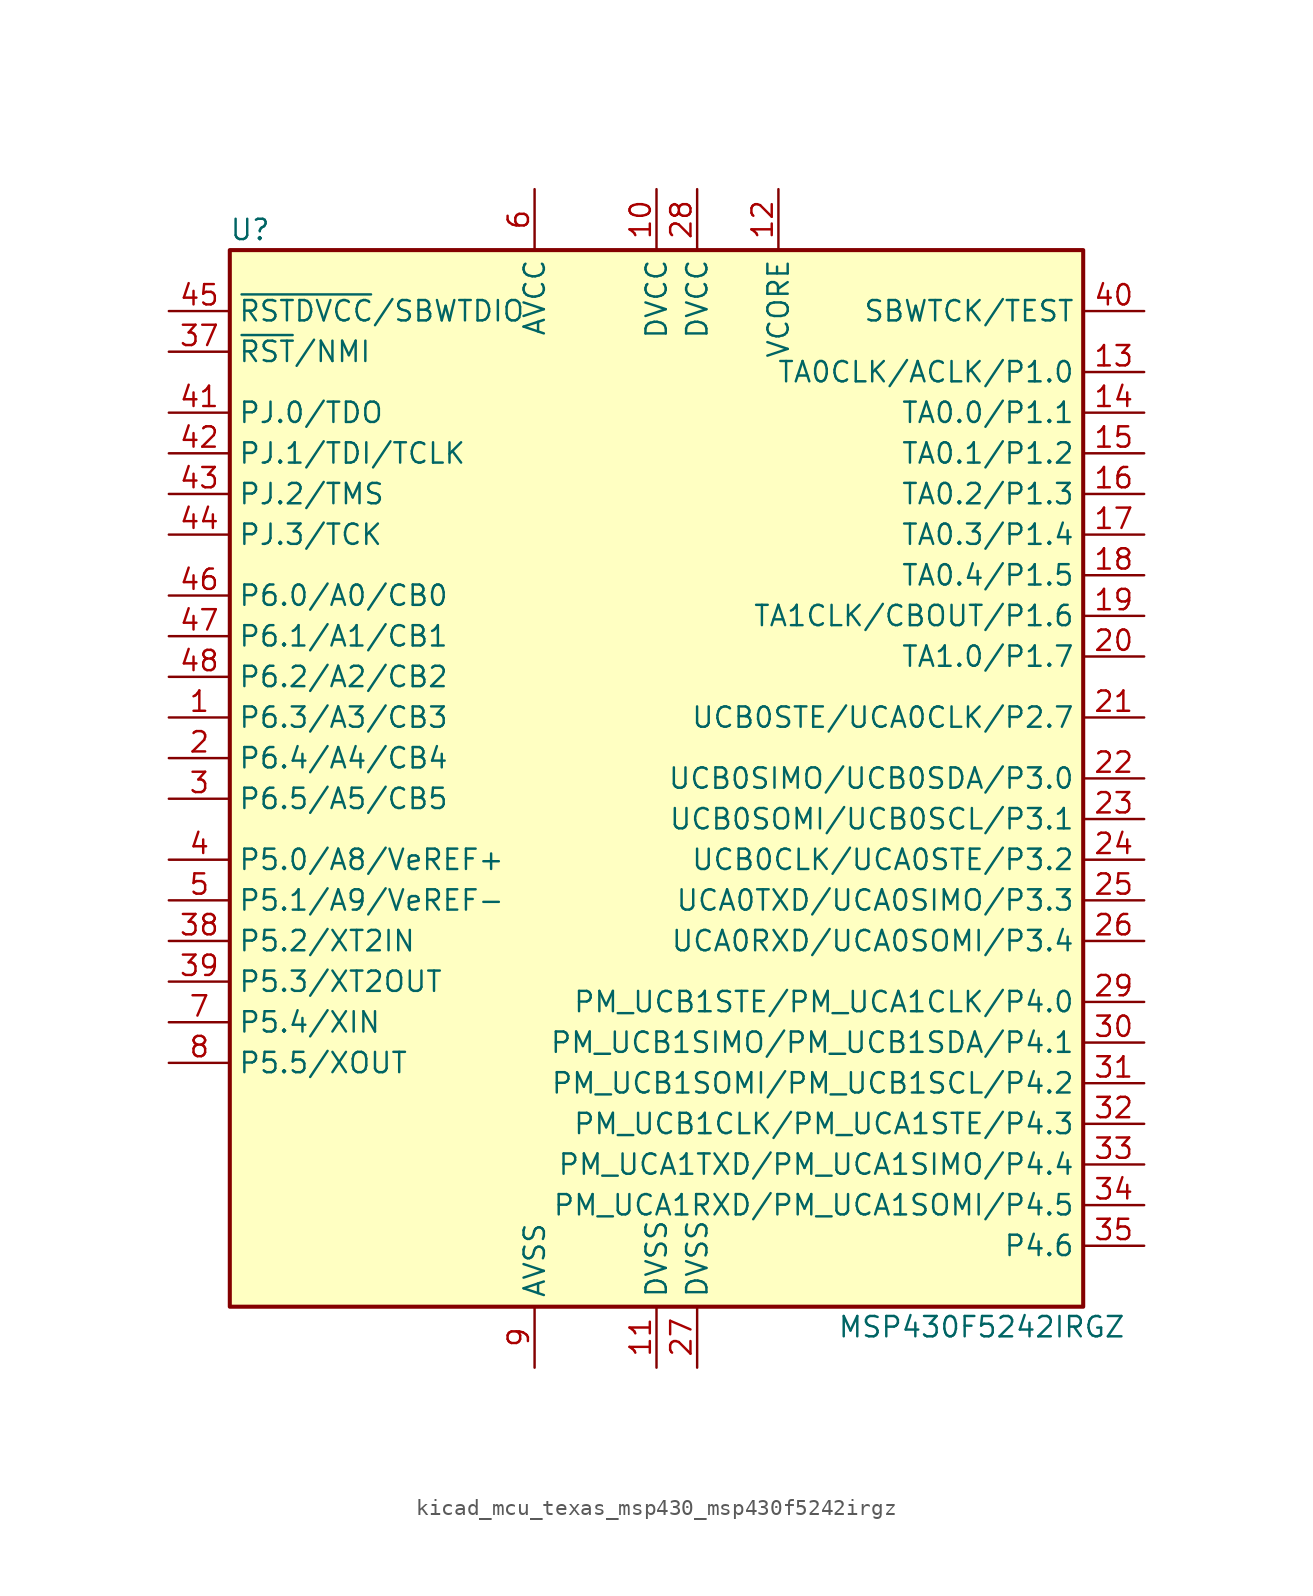
<source format=kicad_sym>
(kicad_symbol_lib
  (version 20220914)
  (generator kicad_symbol_editor)
  (symbol "kicad_mcu_texas_msp430_msp430f5242irgz"
    (property "Reference" "U"
      (at -25.4 35.56 0)
      (effects (font (size 1.27 1.27))))
    (property "Value" "MSP430F5242IRGZ"
      (at 20.32 -33.02 0)
      (effects (font (size 1.27 1.27))))
    (symbol "kicad_mcu_texas_msp430_msp430f5242irgz_0_1"
      (rectangle (start -26.67 34.29) (end 26.67 -31.75) (stroke (width 0.254) (type default)) (fill (type background))))
    (symbol "kicad_mcu_texas_msp430_msp430f5242irgz_1_1"
      (pin bidirectional line (at -30.48 5.08 0) (length 3.81) (name "P6.3/A3/CB3" (effects (font (size 1.27 1.27)))) (number "1" (effects (font (size 1.27 1.27)))))
      (pin power_in line (at 0 38.1 270) (length 3.81) (name "DVCC" (effects (font (size 1.27 1.27)))) (number "10" (effects (font (size 1.27 1.27)))))
      (pin power_in line (at 0 -35.56 90) (length 3.81) (name "DVSS" (effects (font (size 1.27 1.27)))) (number "11" (effects (font (size 1.27 1.27)))))
      (pin passive line (at 7.62 38.1 270) (length 3.81) (name "VCORE" (effects (font (size 1.27 1.27)))) (number "12" (effects (font (size 1.27 1.27)))))
      (pin bidirectional line (at 30.48 26.67 180) (length 3.81) (name "TA0CLK/ACLK/P1.0" (effects (font (size 1.27 1.27)))) (number "13" (effects (font (size 1.27 1.27)))))
      (pin bidirectional line (at 30.48 24.13 180) (length 3.81) (name "TA0.0/P1.1" (effects (font (size 1.27 1.27)))) (number "14" (effects (font (size 1.27 1.27)))))
      (pin bidirectional line (at 30.48 21.59 180) (length 3.81) (name "TA0.1/P1.2" (effects (font (size 1.27 1.27)))) (number "15" (effects (font (size 1.27 1.27)))))
      (pin bidirectional line (at 30.48 19.05 180) (length 3.81) (name "TA0.2/P1.3" (effects (font (size 1.27 1.27)))) (number "16" (effects (font (size 1.27 1.27)))))
      (pin bidirectional line (at 30.48 16.51 180) (length 3.81) (name "TA0.3/P1.4" (effects (font (size 1.27 1.27)))) (number "17" (effects (font (size 1.27 1.27)))))
      (pin bidirectional line (at 30.48 13.97 180) (length 3.81) (name "TA0.4/P1.5" (effects (font (size 1.27 1.27)))) (number "18" (effects (font (size 1.27 1.27)))))
      (pin bidirectional line (at 30.48 11.43 180) (length 3.81) (name "TA1CLK/CBOUT/P1.6" (effects (font (size 1.27 1.27)))) (number "19" (effects (font (size 1.27 1.27)))))
      (pin bidirectional line (at -30.48 2.54 0) (length 3.81) (name "P6.4/A4/CB4" (effects (font (size 1.27 1.27)))) (number "2" (effects (font (size 1.27 1.27)))))
      (pin bidirectional line (at 30.48 8.89 180) (length 3.81) (name "TA1.0/P1.7" (effects (font (size 1.27 1.27)))) (number "20" (effects (font (size 1.27 1.27)))))
      (pin bidirectional line (at 30.48 5.08 180) (length 3.81) (name "UCB0STE/UCA0CLK/P2.7" (effects (font (size 1.27 1.27)))) (number "21" (effects (font (size 1.27 1.27)))))
      (pin bidirectional line (at 30.48 1.27 180) (length 3.81) (name "UCB0SIMO/UCB0SDA/P3.0" (effects (font (size 1.27 1.27)))) (number "22" (effects (font (size 1.27 1.27)))))
      (pin bidirectional line (at 30.48 -1.27 180) (length 3.81) (name "UCB0SOMI/UCB0SCL/P3.1" (effects (font (size 1.27 1.27)))) (number "23" (effects (font (size 1.27 1.27)))))
      (pin bidirectional line (at 30.48 -3.81 180) (length 3.81) (name "UCB0CLK/UCA0STE/P3.2" (effects (font (size 1.27 1.27)))) (number "24" (effects (font (size 1.27 1.27)))))
      (pin bidirectional line (at 30.48 -6.35 180) (length 3.81) (name "UCA0TXD/UCA0SIMO/P3.3" (effects (font (size 1.27 1.27)))) (number "25" (effects (font (size 1.27 1.27)))))
      (pin bidirectional line (at 30.48 -8.89 180) (length 3.81) (name "UCA0RXD/UCA0SOMI/P3.4" (effects (font (size 1.27 1.27)))) (number "26" (effects (font (size 1.27 1.27)))))
      (pin power_in line (at 2.54 -35.56 90) (length 3.81) (name "DVSS" (effects (font (size 1.27 1.27)))) (number "27" (effects (font (size 1.27 1.27)))))
      (pin power_in line (at 2.54 38.1 270) (length 3.81) (name "DVCC" (effects (font (size 1.27 1.27)))) (number "28" (effects (font (size 1.27 1.27)))))
      (pin bidirectional line (at 30.48 -12.7 180) (length 3.81) (name "PM_UCB1STE/PM_UCA1CLK/P4.0" (effects (font (size 1.27 1.27)))) (number "29" (effects (font (size 1.27 1.27)))))
      (pin bidirectional line (at -30.48 0 0) (length 3.81) (name "P6.5/A5/CB5" (effects (font (size 1.27 1.27)))) (number "3" (effects (font (size 1.27 1.27)))))
      (pin bidirectional line (at 30.48 -15.24 180) (length 3.81) (name "PM_UCB1SIMO/PM_UCB1SDA/P4.1" (effects (font (size 1.27 1.27)))) (number "30" (effects (font (size 1.27 1.27)))))
      (pin bidirectional line (at 30.48 -17.78 180) (length 3.81) (name "PM_UCB1SOMI/PM_UCB1SCL/P4.2" (effects (font (size 1.27 1.27)))) (number "31" (effects (font (size 1.27 1.27)))))
      (pin bidirectional line (at 30.48 -20.32 180) (length 3.81) (name "PM_UCB1CLK/PM_UCA1STE/P4.3" (effects (font (size 1.27 1.27)))) (number "32" (effects (font (size 1.27 1.27)))))
      (pin bidirectional line (at 30.48 -22.86 180) (length 3.81) (name "PM_UCA1TXD/PM_UCA1SIMO/P4.4" (effects (font (size 1.27 1.27)))) (number "33" (effects (font (size 1.27 1.27)))))
      (pin bidirectional line (at 30.48 -25.4 180) (length 3.81) (name "PM_UCA1RXD/PM_UCA1SOMI/P4.5" (effects (font (size 1.27 1.27)))) (number "34" (effects (font (size 1.27 1.27)))))
      (pin bidirectional line (at 30.48 -27.94 180) (length 3.81) (name "P4.6" (effects (font (size 1.27 1.27)))) (number "35" (effects (font (size 1.27 1.27)))))
      (pin input line (at -30.48 27.94 0) (length 3.81) (name "~{RST}/NMI" (effects (font (size 1.27 1.27)))) (number "37" (effects (font (size 1.27 1.27)))))
      (pin bidirectional line (at -30.48 -8.89 0) (length 3.81) (name "P5.2/XT2IN" (effects (font (size 1.27 1.27)))) (number "38" (effects (font (size 1.27 1.27)))))
      (pin bidirectional line (at -30.48 -11.43 0) (length 3.81) (name "P5.3/XT2OUT" (effects (font (size 1.27 1.27)))) (number "39" (effects (font (size 1.27 1.27)))))
      (pin bidirectional line (at -30.48 -3.81 0) (length 3.81) (name "P5.0/A8/VeREF+" (effects (font (size 1.27 1.27)))) (number "4" (effects (font (size 1.27 1.27)))))
      (pin input line (at 30.48 30.48 180) (length 3.81) (name "SBWTCK/TEST" (effects (font (size 1.27 1.27)))) (number "40" (effects (font (size 1.27 1.27)))))
      (pin bidirectional line (at -30.48 24.13 0) (length 3.81) (name "PJ.0/TDO" (effects (font (size 1.27 1.27)))) (number "41" (effects (font (size 1.27 1.27)))))
      (pin bidirectional line (at -30.48 21.59 0) (length 3.81) (name "PJ.1/TDI/TCLK" (effects (font (size 1.27 1.27)))) (number "42" (effects (font (size 1.27 1.27)))))
      (pin bidirectional line (at -30.48 19.05 0) (length 3.81) (name "PJ.2/TMS" (effects (font (size 1.27 1.27)))) (number "43" (effects (font (size 1.27 1.27)))))
      (pin bidirectional line (at -30.48 16.51 0) (length 3.81) (name "PJ.3/TCK" (effects (font (size 1.27 1.27)))) (number "44" (effects (font (size 1.27 1.27)))))
      (pin bidirectional line (at -30.48 30.48 0) (length 3.81) (name "~{RSTDVCC}/SBWTDIO" (effects (font (size 1.27 1.27)))) (number "45" (effects (font (size 1.27 1.27)))))
      (pin bidirectional line (at -30.48 12.7 0) (length 3.81) (name "P6.0/A0/CB0" (effects (font (size 1.27 1.27)))) (number "46" (effects (font (size 1.27 1.27)))))
      (pin bidirectional line (at -30.48 10.16 0) (length 3.81) (name "P6.1/A1/CB1" (effects (font (size 1.27 1.27)))) (number "47" (effects (font (size 1.27 1.27)))))
      (pin bidirectional line (at -30.48 7.62 0) (length 3.81) (name "P6.2/A2/CB2" (effects (font (size 1.27 1.27)))) (number "48" (effects (font (size 1.27 1.27)))))
      (pin bidirectional line (at -30.48 -6.35 0) (length 3.81) (name "P5.1/A9/VeREF-" (effects (font (size 1.27 1.27)))) (number "5" (effects (font (size 1.27 1.27)))))
      (pin power_in line (at -7.62 38.1 270) (length 3.81) (name "AVCC" (effects (font (size 1.27 1.27)))) (number "6" (effects (font (size 1.27 1.27)))))
      (pin bidirectional line (at -30.48 -13.97 0) (length 3.81) (name "P5.4/XIN" (effects (font (size 1.27 1.27)))) (number "7" (effects (font (size 1.27 1.27)))))
      (pin bidirectional line (at -30.48 -16.51 0) (length 3.81) (name "P5.5/XOUT" (effects (font (size 1.27 1.27)))) (number "8" (effects (font (size 1.27 1.27)))))
      (pin power_in line (at -7.62 -35.56 90) (length 3.81) (name "AVSS" (effects (font (size 1.27 1.27)))) (number "9" (effects (font (size 1.27 1.27))))))))
</source>
